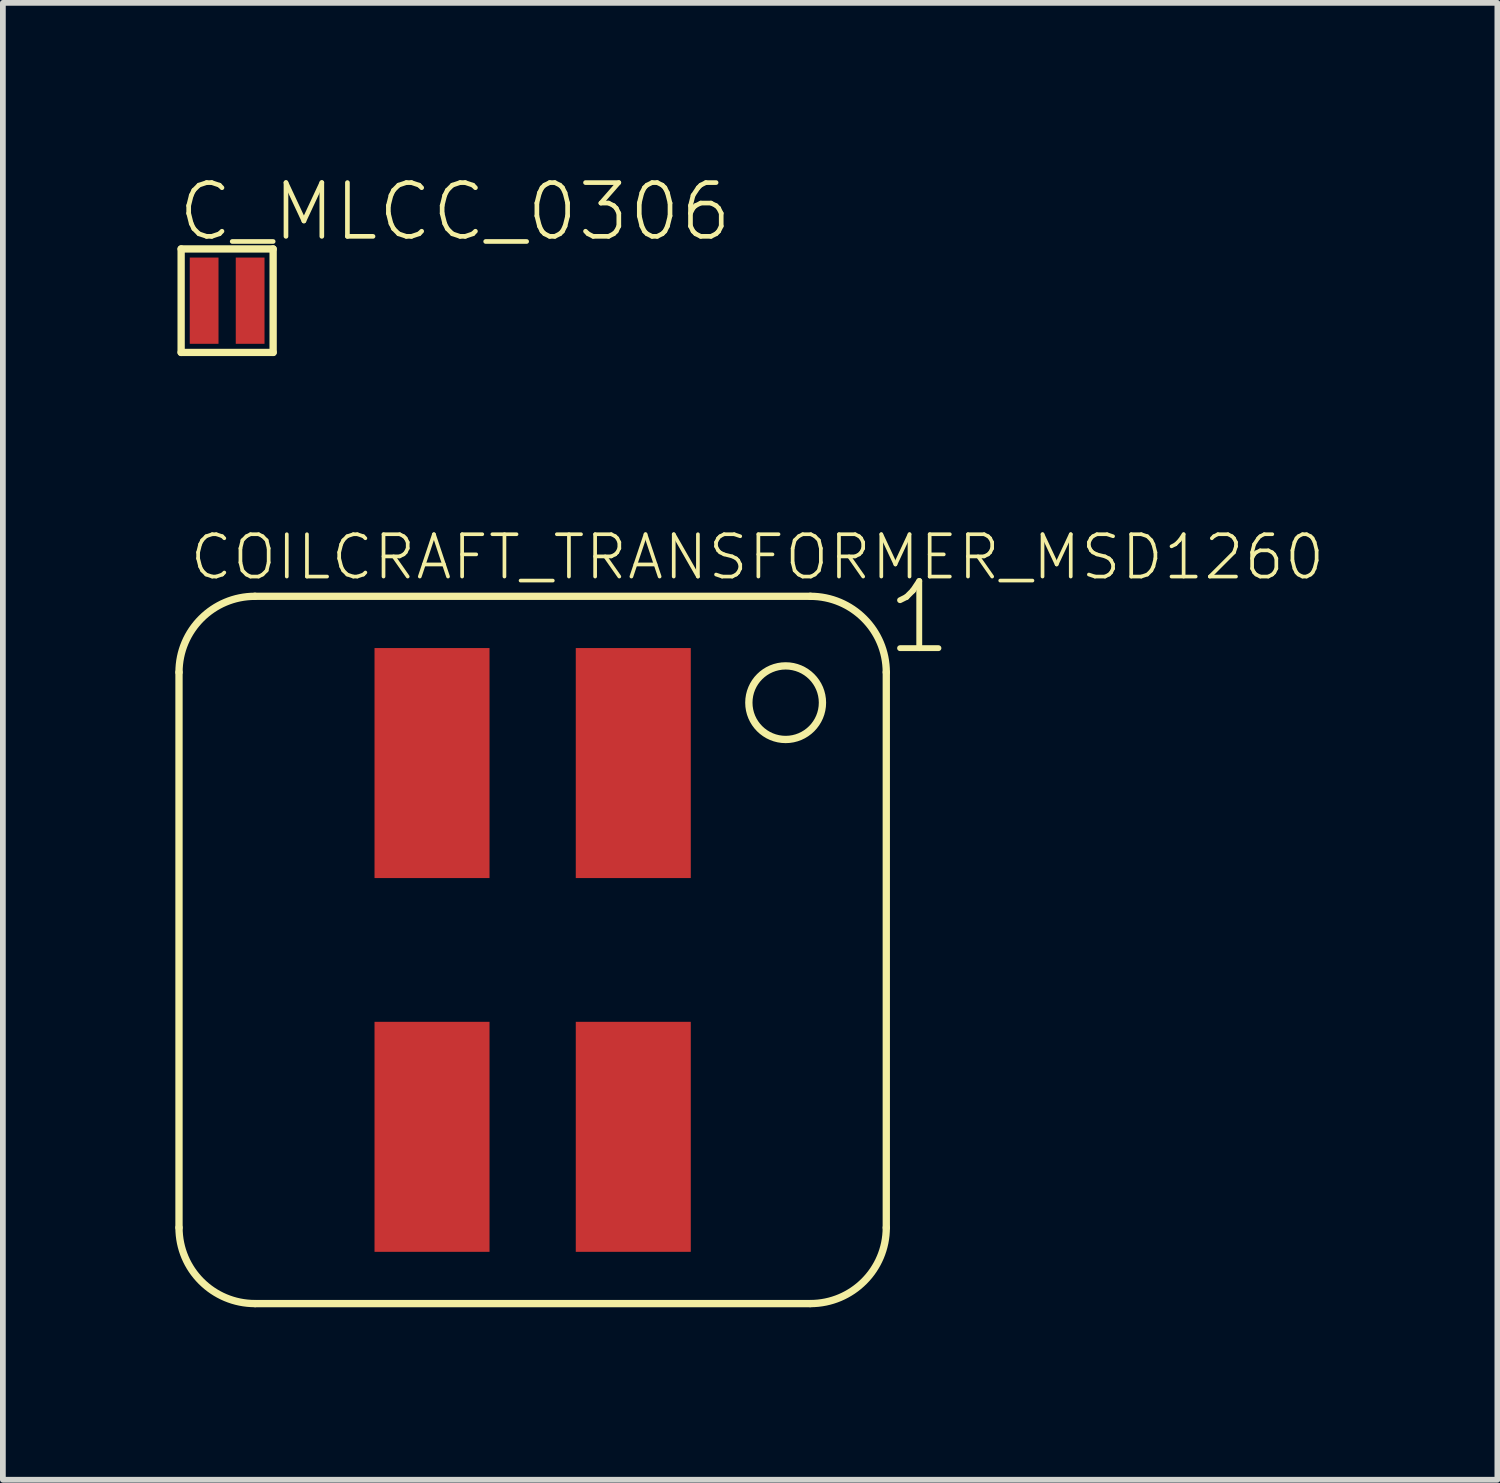
<source format=kicad_pcb>
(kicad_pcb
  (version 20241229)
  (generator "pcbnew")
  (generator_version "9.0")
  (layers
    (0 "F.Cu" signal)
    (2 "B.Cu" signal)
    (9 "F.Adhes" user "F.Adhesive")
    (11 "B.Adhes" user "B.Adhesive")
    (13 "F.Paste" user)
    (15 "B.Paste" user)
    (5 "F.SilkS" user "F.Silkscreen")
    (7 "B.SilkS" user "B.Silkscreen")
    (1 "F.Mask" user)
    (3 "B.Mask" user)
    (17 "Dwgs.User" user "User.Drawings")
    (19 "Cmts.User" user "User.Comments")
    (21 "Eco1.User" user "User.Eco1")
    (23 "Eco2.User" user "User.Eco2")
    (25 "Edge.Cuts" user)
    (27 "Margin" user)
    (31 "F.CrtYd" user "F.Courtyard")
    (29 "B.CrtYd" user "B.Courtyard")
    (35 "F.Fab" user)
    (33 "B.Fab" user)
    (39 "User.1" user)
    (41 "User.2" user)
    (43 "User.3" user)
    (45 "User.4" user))
  (footprint "C_MLCC_0306"
    (layer "F.Cu")
    (at 0.9 2.179)
    (property "Reference" "C_MLCC_0306" (at -0.9 -1 0) (layer "F.SilkS") (effects (font (size 0.935 0.935) (thickness 0.081)) (justify left bottom)))
    (fp_line (start -0.8 -0.9) (end -0.8 0.9) (stroke (width 0.127) (type solid)) (layer "F.SilkS"))
    (fp_line (start -0.8 0.9) (end 0.8 0.9) (stroke (width 0.127) (type solid)) (layer "F.SilkS"))
    (fp_line (start 0.8 -0.9) (end -0.8 -0.9) (stroke (width 0.127) (type solid)) (layer "F.SilkS"))
    (fp_line (start 0.8 0.9) (end 0.8 -0.9) (stroke (width 0.127) (type solid)) (layer "F.SilkS"))
    (pad "P$1" smd rect (at -0.4 0) (size 0.5 1.5) (layers "F.Cu" "F.Mask" "F.Paste"))
    (pad "P$2" smd rect (at 0.4 0) (size 0.5 1.5) (layers "F.Cu" "F.Mask" "F.Paste")))
  (footprint "COILCRAFT_TRANSFORMER_MSD1260"
    (layer "F.Cu")
    (at 6.213 13.47)
    (property "Reference" "COILCRAFT_TRANSFORMER_MSD1260" (at -6 -6.4 0) (layer "F.SilkS") (effects (font (size 0.736 0.736) (thickness 0.064)) (justify left bottom)))
    (fp_line (start -6.15 4.829) (end -6.15 -4.829) (stroke (width 0.127) (type solid)) (layer "F.SilkS"))
    (fp_line (start -4.829 -6.15) (end 4.829 -6.15) (stroke (width 0.127) (type solid)) (layer "F.SilkS"))
    (fp_line (start 4.829 6.15) (end -4.829 6.15) (stroke (width 0.127) (type solid)) (layer "F.SilkS"))
    (fp_line (start 6.15 -4.829) (end 6.15 4.829) (stroke (width 0.127) (type solid)) (layer "F.SilkS"))
    (fp_arc (start -6.15 -4.829015) (mid -5.763091 -5.763093) (end -4.829013 -6.15) (stroke (width 0.127) (type solid)) (layer "F.SilkS"))
    (fp_arc (start -4.829015 6.15) (mid -5.763093 5.763091) (end -6.15 4.829013) (stroke (width 0.127) (type solid)) (layer "F.SilkS"))
    (fp_arc (start 4.829015 -6.15) (mid 5.763093 -5.763091) (end 6.15 -4.829013) (stroke (width 0.127) (type solid)) (layer "F.SilkS"))
    (fp_arc (start 6.15 4.829015) (mid 5.763091 5.763093) (end 4.829013 6.15) (stroke (width 0.127) (type solid)) (layer "F.SilkS"))
    (fp_circle (center 4.4 -4.3) (end 5.04 -4.3) (stroke (width 0.127) (type solid)) (fill no) (layer "F.SilkS"))
    (fp_text user "1" (at 6.1 -5.1 0) (layer "F.SilkS") (effects (font (size 1.168 1.168) (thickness 0.102)) (justify left bottom)))
    (pad "P$1" smd rect (at 1.75 -3.25 90) (size 4 2) (layers "F.Cu" "F.Mask" "F.Paste"))
    (pad "P$2" smd rect (at -1.75 -3.25 90) (size 4 2) (layers "F.Cu" "F.Mask" "F.Paste"))
    (pad "P$3" smd rect (at -1.75 3.25 90) (size 4 2) (layers "F.Cu" "F.Mask" "F.Paste"))
    (pad "P$4" smd rect (at 1.75 3.25 90) (size 4 2) (layers "F.Cu" "F.Mask" "F.Paste")))
  (gr_rect
    (start -3 -3)
    (end 22.99 22.684)
    (stroke (width 0.1) (type default))
    (fill no)
    (layer "Edge.Cuts")))
</source>
